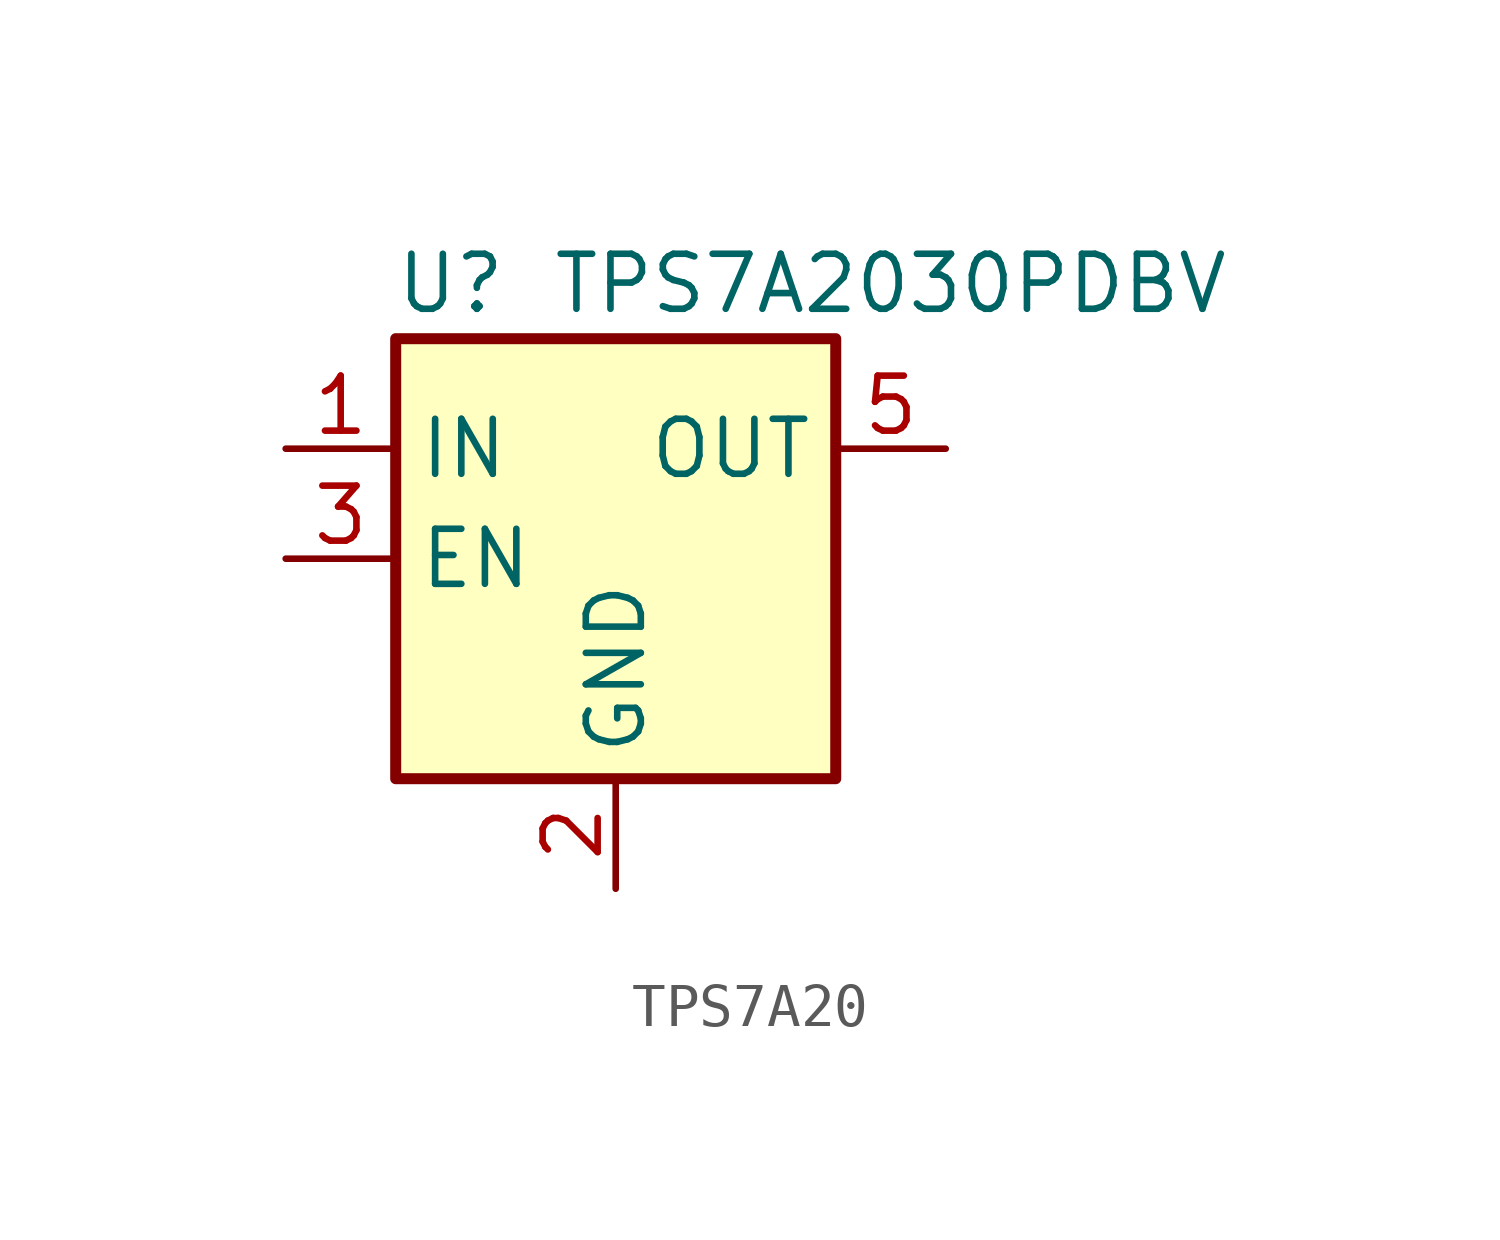
<source format=kicad_sym>
(kicad_symbol_lib
  (version 20231120)
  (generator "kicad_symbol_editor")
  (generator_version "8.0")
  (symbol "TPS7A20"
    (property "Reference" "U"
      (at -3.81 6.35 0)
      (effects (font (size 1.27 1.27))))
    (property "Value" "TPS7A2030PDBV"
      (at 6.35 6.35 0)
      (effects (font (size 1.27 1.27))))
    (symbol "TPS7A20_0_1"
      (rectangle (start -5.08 -5.08) (end 5.08 5.08) (stroke (width 0.254) (type default)) (fill (type background)))
      (pin power_in line (at -7.62 2.54 0) (length 2.54) (name "IN" (effects (font (size 1.27 1.27)))) (number "1" (effects (font (size 1.27 1.27)))))
      (pin power_in line (at 0 -7.62 90) (length 2.54) (name "GND" (effects (font (size 1.27 1.27)))) (number "2" (effects (font (size 1.27 1.27)))))
      (pin input line (at -7.62 0 0) (length 2.54) (name "EN" (effects (font (size 1.27 1.27)))) (number "3" (effects (font (size 1.27 1.27)))))
      (pin no_connect line (at 5.08 0 180) (length 2.54) hide (name "NC" (effects (font (size 1.27 1.27)))) (number "4" (effects (font (size 1.27 1.27)))))
      (pin power_out line (at 7.62 2.54 180) (length 2.54) (name "OUT" (effects (font (size 1.27 1.27)))) (number "5" (effects (font (size 1.27 1.27))))))))
</source>
